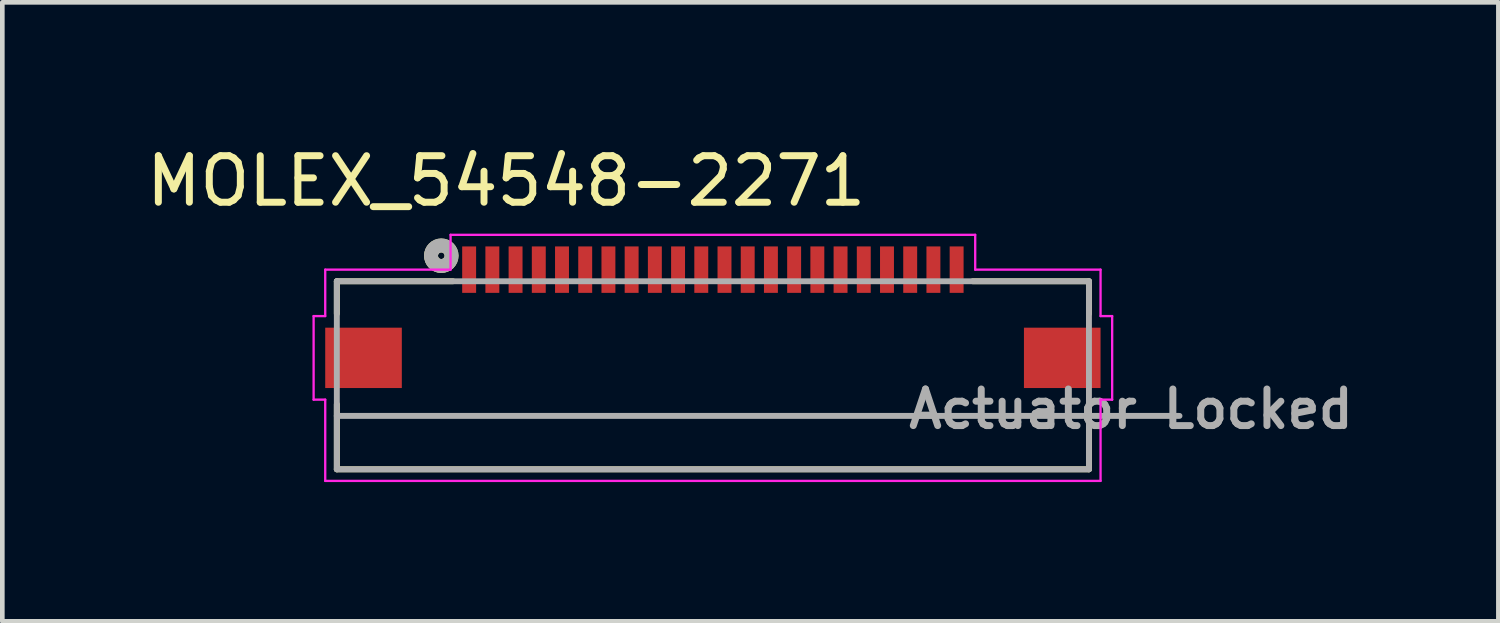
<source format=kicad_pcb>
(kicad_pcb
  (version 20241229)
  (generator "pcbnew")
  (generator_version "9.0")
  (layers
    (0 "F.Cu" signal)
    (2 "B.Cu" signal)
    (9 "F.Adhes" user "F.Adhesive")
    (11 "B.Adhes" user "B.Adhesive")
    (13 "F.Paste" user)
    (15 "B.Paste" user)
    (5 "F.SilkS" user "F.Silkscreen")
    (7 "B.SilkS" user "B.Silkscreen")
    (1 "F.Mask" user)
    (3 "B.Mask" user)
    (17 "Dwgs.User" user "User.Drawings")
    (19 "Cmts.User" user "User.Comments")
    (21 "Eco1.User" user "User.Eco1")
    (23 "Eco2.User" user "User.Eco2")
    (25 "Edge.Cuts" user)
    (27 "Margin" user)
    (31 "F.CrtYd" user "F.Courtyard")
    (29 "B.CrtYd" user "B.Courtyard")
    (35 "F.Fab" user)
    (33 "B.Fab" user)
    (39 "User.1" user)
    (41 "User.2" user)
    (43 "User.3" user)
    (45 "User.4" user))
  (footprint "MOLEX_54548-2271"
    (layer "F.Cu")
    (at 12.305 2.758)
    (property "Reference" "MOLEX_54548-2271" (at -4.453 -1.908 0) (layer "F.SilkS") (effects (font (size 1.002 1.002) (thickness 0.15))))
    (attr smd)
    (fp_line (start -8.1 0.25) (end -8.1 0.95) (stroke (width 0.127) (type solid)) (layer "F.SilkS"))
    (fp_line (start -8.1 4.3) (end -8.1 2.9) (stroke (width 0.127) (type solid)) (layer "F.SilkS"))
    (fp_line (start -5.6 0.25) (end -8.1 0.25) (stroke (width 0.127) (type solid)) (layer "F.SilkS"))
    (fp_line (start 5.6 0.25) (end 8.1 0.25) (stroke (width 0.127) (type solid)) (layer "F.SilkS"))
    (fp_line (start 8.1 0.25) (end 8.1 0.95) (stroke (width 0.127) (type solid)) (layer "F.SilkS"))
    (fp_line (start 8.1 2.9) (end 8.1 4.3) (stroke (width 0.127) (type solid)) (layer "F.SilkS"))
    (fp_line (start 8.1 4.3) (end -8.1 4.3) (stroke (width 0.127) (type solid)) (layer "F.SilkS"))
    (fp_circle (center -5.85 -0.3) (end -5.779 -0.3) (stroke (width 0.3) (type solid)) (fill no) (layer "F.SilkS"))
    (fp_line (start -8.6 1) (end -8.35 1) (stroke (width 0.05) (type solid)) (layer "F.CrtYd"))
    (fp_line (start -8.6 2.8) (end -8.6 1) (stroke (width 0.05) (type solid)) (layer "F.CrtYd"))
    (fp_line (start -8.35 0) (end -5.65 0) (stroke (width 0.05) (type solid)) (layer "F.CrtYd"))
    (fp_line (start -8.35 1) (end -8.35 0) (stroke (width 0.05) (type solid)) (layer "F.CrtYd"))
    (fp_line (start -8.35 2.8) (end -8.6 2.8) (stroke (width 0.05) (type solid)) (layer "F.CrtYd"))
    (fp_line (start -8.35 4.55) (end -8.35 2.8) (stroke (width 0.05) (type solid)) (layer "F.CrtYd"))
    (fp_line (start -5.65 -0.75) (end 5.65 -0.75) (stroke (width 0.05) (type solid)) (layer "F.CrtYd"))
    (fp_line (start -5.65 0) (end -5.65 -0.75) (stroke (width 0.05) (type solid)) (layer "F.CrtYd"))
    (fp_line (start 5.65 -0.75) (end 5.65 0) (stroke (width 0.05) (type solid)) (layer "F.CrtYd"))
    (fp_line (start 5.65 0) (end 8.35 0) (stroke (width 0.05) (type solid)) (layer "F.CrtYd"))
    (fp_line (start 8.35 0) (end 8.35 1) (stroke (width 0.05) (type solid)) (layer "F.CrtYd"))
    (fp_line (start 8.35 1) (end 8.6 1) (stroke (width 0.05) (type solid)) (layer "F.CrtYd"))
    (fp_line (start 8.35 2.8) (end 8.35 4.55) (stroke (width 0.05) (type solid)) (layer "F.CrtYd"))
    (fp_line (start 8.35 4.55) (end -8.35 4.55) (stroke (width 0.05) (type solid)) (layer "F.CrtYd"))
    (fp_line (start 8.6 1) (end 8.6 2.8) (stroke (width 0.05) (type solid)) (layer "F.CrtYd"))
    (fp_line (start 8.6 2.8) (end 8.35 2.8) (stroke (width 0.05) (type solid)) (layer "F.CrtYd"))
    (fp_line (start -8.1 0.25) (end 8.1 0.25) (stroke (width 0.127) (type solid)) (layer "F.Fab"))
    (fp_line (start -8.1 3.15) (end -8.1 0.25) (stroke (width 0.127) (type solid)) (layer "F.Fab"))
    (fp_line (start -8.1 4.3) (end -8.1 3.15) (stroke (width 0.127) (type solid)) (layer "F.Fab"))
    (fp_line (start 8.1 0.25) (end 8.1 3.15) (stroke (width 0.127) (type solid)) (layer "F.Fab"))
    (fp_line (start 8.1 3.15) (end -8.1 3.15) (stroke (width 0.127) (type solid)) (layer "F.Fab"))
    (fp_line (start 8.1 3.15) (end 8.1 4.3) (stroke (width 0.127) (type solid)) (layer "F.Fab"))
    (fp_line (start 8.1 3.15) (end 10.05 3.15) (stroke (width 0.127) (type solid)) (layer "F.Fab"))
    (fp_line (start 8.1 4.3) (end -8.1 4.3) (stroke (width 0.127) (type solid)) (layer "F.Fab"))
    (fp_circle (center -5.85 -0.3) (end -5.779 -0.3) (stroke (width 0.3) (type solid)) (fill no) (layer "F.Fab"))
    (fp_text user "Actuator Locked" (at 9.007 3.002 0) (layer "F.Fab") (effects (font (size 0.788 0.788) (thickness 0.15))))
    (pad "1" smd rect (at -5.25 0 90) (size 1 0.3) (layers "F.Cu" "F.Mask" "F.Paste"))
    (pad "2" smd rect (at -4.75 0 90) (size 1 0.3) (layers "F.Cu" "F.Mask" "F.Paste"))
    (pad "3" smd rect (at -4.25 0 90) (size 1 0.3) (layers "F.Cu" "F.Mask" "F.Paste"))
    (pad "4" smd rect (at -3.75 0 90) (size 1 0.3) (layers "F.Cu" "F.Mask" "F.Paste"))
    (pad "5" smd rect (at -3.25 0 90) (size 1 0.3) (layers "F.Cu" "F.Mask" "F.Paste"))
    (pad "6" smd rect (at -2.75 0 90) (size 1 0.3) (layers "F.Cu" "F.Mask" "F.Paste"))
    (pad "7" smd rect (at -2.25 0 90) (size 1 0.3) (layers "F.Cu" "F.Mask" "F.Paste"))
    (pad "8" smd rect (at -1.75 0 90) (size 1 0.3) (layers "F.Cu" "F.Mask" "F.Paste"))
    (pad "9" smd rect (at -1.25 0 90) (size 1 0.3) (layers "F.Cu" "F.Mask" "F.Paste"))
    (pad "10" smd rect (at -0.75 0 90) (size 1 0.3) (layers "F.Cu" "F.Mask" "F.Paste"))
    (pad "11" smd rect (at -0.25 0 90) (size 1 0.3) (layers "F.Cu" "F.Mask" "F.Paste"))
    (pad "12" smd rect (at 0.25 0 90) (size 1 0.3) (layers "F.Cu" "F.Mask" "F.Paste"))
    (pad "13" smd rect (at 0.75 0 90) (size 1 0.3) (layers "F.Cu" "F.Mask" "F.Paste"))
    (pad "14" smd rect (at 1.25 0 90) (size 1 0.3) (layers "F.Cu" "F.Mask" "F.Paste"))
    (pad "15" smd rect (at 1.75 0 90) (size 1 0.3) (layers "F.Cu" "F.Mask" "F.Paste"))
    (pad "16" smd rect (at 2.25 0 90) (size 1 0.3) (layers "F.Cu" "F.Mask" "F.Paste"))
    (pad "17" smd rect (at 2.75 0 90) (size 1 0.3) (layers "F.Cu" "F.Mask" "F.Paste"))
    (pad "18" smd rect (at 3.25 0 90) (size 1 0.3) (layers "F.Cu" "F.Mask" "F.Paste"))
    (pad "19" smd rect (at 3.75 0 90) (size 1 0.3) (layers "F.Cu" "F.Mask" "F.Paste"))
    (pad "20" smd rect (at 4.25 0 90) (size 1 0.3) (layers "F.Cu" "F.Mask" "F.Paste"))
    (pad "21" smd rect (at 4.75 0 90) (size 1 0.3) (layers "F.Cu" "F.Mask" "F.Paste"))
    (pad "22" smd rect (at 5.25 0 90) (size 1 0.3) (layers "F.Cu" "F.Mask" "F.Paste"))
    (pad "SH1" smd rect (at -7.525 1.9 90) (size 1.3 1.65) (layers "F.Cu" "F.Mask" "F.Paste"))
    (pad "SH2" smd rect (at 7.525 1.9 90) (size 1.3 1.65) (layers "F.Cu" "F.Mask" "F.Paste")))
  (gr_rect
    (start -3 -3)
    (end 29.224 10.333)
    (stroke (width 0.1) (type default))
    (fill no)
    (layer "Edge.Cuts")))
</source>
